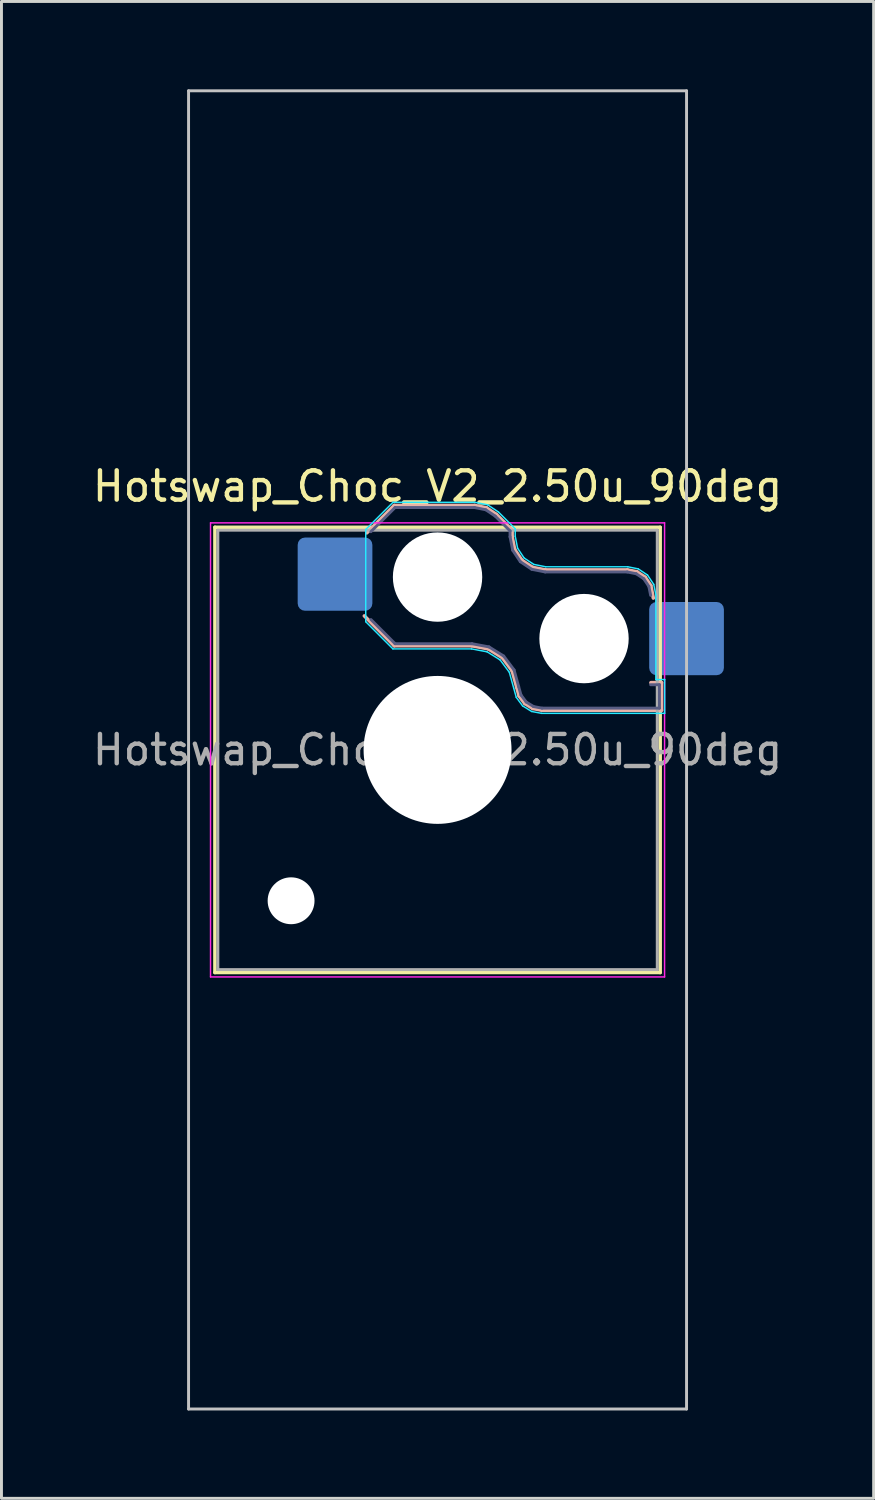
<source format=kicad_pcb>
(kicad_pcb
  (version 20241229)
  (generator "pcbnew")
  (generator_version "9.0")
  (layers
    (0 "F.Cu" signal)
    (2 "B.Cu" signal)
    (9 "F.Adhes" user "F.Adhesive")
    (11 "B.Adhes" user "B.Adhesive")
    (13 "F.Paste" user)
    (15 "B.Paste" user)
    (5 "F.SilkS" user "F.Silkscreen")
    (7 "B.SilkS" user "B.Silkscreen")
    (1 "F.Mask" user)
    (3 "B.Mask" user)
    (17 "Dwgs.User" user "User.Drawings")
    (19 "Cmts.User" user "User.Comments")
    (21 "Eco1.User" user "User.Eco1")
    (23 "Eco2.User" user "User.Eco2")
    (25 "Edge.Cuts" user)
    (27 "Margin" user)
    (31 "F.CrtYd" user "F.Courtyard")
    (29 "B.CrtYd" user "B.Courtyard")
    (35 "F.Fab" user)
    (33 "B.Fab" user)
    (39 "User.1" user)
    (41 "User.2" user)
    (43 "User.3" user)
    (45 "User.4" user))
  (footprint "Hotswap_Choc_V2_2.50u_90deg"
    (layer "F.Cu")
    (at 11.887 22.55)
    (property "Reference" "Hotswap_Choc_V2_2.50u_90deg" (at 0 -9 0) (layer "F.SilkS") (effects (font (size 1 1) (thickness 0.15))))
    (attr smd)
    (fp_line (start -7.6 -7.6) (end -7.6 7.6) (stroke (width 0.12) (type solid)) (layer "F.SilkS"))
    (fp_line (start -7.6 7.6) (end 7.6 7.6) (stroke (width 0.12) (type solid)) (layer "F.SilkS"))
    (fp_line (start 7.6 -7.6) (end -7.6 -7.6) (stroke (width 0.12) (type solid)) (layer "F.SilkS"))
    (fp_line (start 7.6 7.6) (end 7.6 -7.6) (stroke (width 0.12) (type solid)) (layer "F.SilkS"))
    (fp_line (start -2.416 -7.409) (end -1.479 -8.346) (stroke (width 0.12) (type solid)) (layer "B.SilkS"))
    (fp_line (start -1.479 -8.346) (end 1.268 -8.346) (stroke (width 0.12) (type solid)) (layer "B.SilkS"))
    (fp_line (start -1.479 -3.554) (end -2.5 -4.575) (stroke (width 0.12) (type solid)) (layer "B.SilkS"))
    (fp_line (start 1.168 -3.554) (end -1.479 -3.554) (stroke (width 0.12) (type solid)) (layer "B.SilkS"))
    (fp_line (start 1.268 -8.346) (end 1.671 -8.266) (stroke (width 0.12) (type solid)) (layer "B.SilkS"))
    (fp_line (start 1.671 -8.266) (end 2.013 -8.037) (stroke (width 0.12) (type solid)) (layer "B.SilkS"))
    (fp_line (start 1.73 -3.449) (end 1.168 -3.554) (stroke (width 0.12) (type solid)) (layer "B.SilkS"))
    (fp_line (start 2.013 -8.037) (end 2.546 -7.504) (stroke (width 0.12) (type solid)) (layer "B.SilkS"))
    (fp_line (start 2.209 -3.15) (end 1.73 -3.449) (stroke (width 0.12) (type solid)) (layer "B.SilkS"))
    (fp_line (start 2.546 -7.504) (end 2.546 -7.282) (stroke (width 0.12) (type solid)) (layer "B.SilkS"))
    (fp_line (start 2.546 -7.282) (end 2.633 -6.844) (stroke (width 0.12) (type solid)) (layer "B.SilkS"))
    (fp_line (start 2.547 -2.697) (end 2.209 -3.15) (stroke (width 0.12) (type solid)) (layer "B.SilkS"))
    (fp_line (start 2.633 -6.844) (end 2.877 -6.477) (stroke (width 0.12) (type solid)) (layer "B.SilkS"))
    (fp_line (start 2.701 -2.139) (end 2.547 -2.697) (stroke (width 0.12) (type solid)) (layer "B.SilkS"))
    (fp_line (start 2.783 -1.841) (end 2.701 -2.139) (stroke (width 0.12) (type solid)) (layer "B.SilkS"))
    (fp_line (start 2.877 -6.477) (end 3.244 -6.233) (stroke (width 0.12) (type solid)) (layer "B.SilkS"))
    (fp_line (start 2.976 -1.583) (end 2.783 -1.841) (stroke (width 0.12) (type solid)) (layer "B.SilkS"))
    (fp_line (start 3.244 -6.233) (end 3.682 -6.146) (stroke (width 0.12) (type solid)) (layer "B.SilkS"))
    (fp_line (start 3.25 -1.413) (end 2.976 -1.583) (stroke (width 0.12) (type solid)) (layer "B.SilkS"))
    (fp_line (start 3.56 -1.354) (end 3.25 -1.413) (stroke (width 0.12) (type solid)) (layer "B.SilkS"))
    (fp_line (start 3.682 -6.146) (end 6.482 -6.146) (stroke (width 0.12) (type solid)) (layer "B.SilkS"))
    (fp_line (start 6.482 -6.146) (end 6.809 -6.081) (stroke (width 0.12) (type solid)) (layer "B.SilkS"))
    (fp_line (start 6.809 -6.081) (end 7.092 -5.892) (stroke (width 0.12) (type solid)) (layer "B.SilkS"))
    (fp_line (start 7.092 -5.892) (end 7.281 -5.609) (stroke (width 0.12) (type solid)) (layer "B.SilkS"))
    (fp_line (start 7.281 -5.609) (end 7.366 -5.182) (stroke (width 0.12) (type solid)) (layer "B.SilkS"))
    (fp_line (start 7.283 -2.296) (end 7.646 -2.296) (stroke (width 0.12) (type solid)) (layer "B.SilkS"))
    (fp_line (start 7.646 -2.296) (end 7.646 -1.354) (stroke (width 0.12) (type solid)) (layer "B.SilkS"))
    (fp_line (start 7.646 -1.354) (end 3.56 -1.354) (stroke (width 0.12) (type solid)) (layer "B.SilkS"))
    (fp_line (start -8.5 -22.5) (end 8.5 -22.5) (stroke (width 0.1) (type solid)) (layer "Dwgs.User"))
    (fp_line (start -8.5 22.5) (end -8.5 -22.5) (stroke (width 0.1) (type solid)) (layer "Dwgs.User"))
    (fp_line (start 8.5 -22.5) (end 8.5 22.5) (stroke (width 0.1) (type solid)) (layer "Dwgs.User"))
    (fp_line (start 8.5 22.5) (end -8.5 22.5) (stroke (width 0.1) (type solid)) (layer "Dwgs.User"))
    (fp_line (start -7.25 -7.25) (end -7.25 7.25) (stroke (width 0.1) (type solid)) (layer "Eco1.User"))
    (fp_line (start -7.25 7.25) (end 7.25 7.25) (stroke (width 0.1) (type solid)) (layer "Eco1.User"))
    (fp_line (start 7.25 -7.25) (end -7.25 -7.25) (stroke (width 0.1) (type solid)) (layer "Eco1.User"))
    (fp_line (start 7.25 7.25) (end 7.25 -7.25) (stroke (width 0.1) (type solid)) (layer "Eco1.User"))
    (fp_line (start -2.452 -7.523) (end -1.523 -8.452) (stroke (width 0.05) (type solid)) (layer "B.CrtYd"))
    (fp_line (start -2.452 -4.377) (end -2.452 -7.523) (stroke (width 0.05) (type solid)) (layer "B.CrtYd"))
    (fp_line (start -1.523 -8.452) (end 1.278 -8.452) (stroke (width 0.05) (type solid)) (layer "B.CrtYd"))
    (fp_line (start -1.523 -3.448) (end -2.452 -4.377) (stroke (width 0.05) (type solid)) (layer "B.CrtYd"))
    (fp_line (start 1.159 -3.448) (end -1.523 -3.448) (stroke (width 0.05) (type solid)) (layer "B.CrtYd"))
    (fp_line (start 1.278 -8.452) (end 1.712 -8.366) (stroke (width 0.05) (type solid)) (layer "B.CrtYd"))
    (fp_line (start 1.691 -3.348) (end 1.159 -3.448) (stroke (width 0.05) (type solid)) (layer "B.CrtYd"))
    (fp_line (start 1.712 -8.366) (end 2.081 -8.119) (stroke (width 0.05) (type solid)) (layer "B.CrtYd"))
    (fp_line (start 2.081 -8.119) (end 2.652 -7.548) (stroke (width 0.05) (type solid)) (layer "B.CrtYd"))
    (fp_line (start 2.136 -3.071) (end 1.691 -3.348) (stroke (width 0.05) (type solid)) (layer "B.CrtYd"))
    (fp_line (start 2.45 -2.65) (end 2.136 -3.071) (stroke (width 0.05) (type solid)) (layer "B.CrtYd"))
    (fp_line (start 2.599 -2.111) (end 2.45 -2.65) (stroke (width 0.05) (type solid)) (layer "B.CrtYd"))
    (fp_line (start 2.652 -7.548) (end 2.652 -7.292) (stroke (width 0.05) (type solid)) (layer "B.CrtYd"))
    (fp_line (start 2.652 -7.292) (end 2.733 -6.885) (stroke (width 0.05) (type solid)) (layer "B.CrtYd"))
    (fp_line (start 2.687 -1.794) (end 2.599 -2.111) (stroke (width 0.05) (type solid)) (layer "B.CrtYd"))
    (fp_line (start 2.733 -6.885) (end 2.953 -6.553) (stroke (width 0.05) (type solid)) (layer "B.CrtYd"))
    (fp_line (start 2.903 -1.503) (end 2.687 -1.794) (stroke (width 0.05) (type solid)) (layer "B.CrtYd"))
    (fp_line (start 2.953 -6.553) (end 3.285 -6.333) (stroke (width 0.05) (type solid)) (layer "B.CrtYd"))
    (fp_line (start 3.211 -1.312) (end 2.903 -1.503) (stroke (width 0.05) (type solid)) (layer "B.CrtYd"))
    (fp_line (start 3.285 -6.333) (end 3.692 -6.252) (stroke (width 0.05) (type solid)) (layer "B.CrtYd"))
    (fp_line (start 3.55 -1.248) (end 3.211 -1.312) (stroke (width 0.05) (type solid)) (layer "B.CrtYd"))
    (fp_line (start 3.692 -6.252) (end 6.492 -6.252) (stroke (width 0.05) (type solid)) (layer "B.CrtYd"))
    (fp_line (start 6.492 -6.252) (end 6.85 -6.181) (stroke (width 0.05) (type solid)) (layer "B.CrtYd"))
    (fp_line (start 6.85 -6.181) (end 7.168 -5.968) (stroke (width 0.05) (type solid)) (layer "B.CrtYd"))
    (fp_line (start 7.168 -5.968) (end 7.381 -5.65) (stroke (width 0.05) (type solid)) (layer "B.CrtYd"))
    (fp_line (start 7.381 -5.65) (end 7.452 -5.292) (stroke (width 0.05) (type solid)) (layer "B.CrtYd"))
    (fp_line (start 7.452 -5.292) (end 7.452 -2.402) (stroke (width 0.05) (type solid)) (layer "B.CrtYd"))
    (fp_line (start 7.452 -2.402) (end 7.752 -2.402) (stroke (width 0.05) (type solid)) (layer "B.CrtYd"))
    (fp_line (start 7.752 -2.402) (end 7.752 -1.248) (stroke (width 0.05) (type solid)) (layer "B.CrtYd"))
    (fp_line (start 7.752 -1.248) (end 3.55 -1.248) (stroke (width 0.05) (type solid)) (layer "B.CrtYd"))
    (fp_line (start -7.75 -7.75) (end -7.75 7.75) (stroke (width 0.05) (type solid)) (layer "F.CrtYd"))
    (fp_line (start -7.75 7.75) (end 7.75 7.75) (stroke (width 0.05) (type solid)) (layer "F.CrtYd"))
    (fp_line (start 7.75 -7.75) (end -7.75 -7.75) (stroke (width 0.05) (type solid)) (layer "F.CrtYd"))
    (fp_line (start 7.75 7.75) (end 7.75 -7.75) (stroke (width 0.05) (type solid)) (layer "F.CrtYd"))
    (fp_line (start -2.275 -7.45) (end -1.45 -8.275) (stroke (width 0.1) (type solid)) (layer "B.Fab"))
    (fp_line (start -1.45 -8.275) (end 1.261 -8.275) (stroke (width 0.1) (type solid)) (layer "B.Fab"))
    (fp_line (start -1.45 -3.625) (end -2.275 -4.45) (stroke (width 0.1) (type solid)) (layer "B.Fab"))
    (fp_line (start 1.175 -3.625) (end -1.45 -3.625) (stroke (width 0.1) (type solid)) (layer "B.Fab"))
    (fp_line (start 1.261 -8.275) (end 1.643 -8.199) (stroke (width 0.1) (type solid)) (layer "B.Fab"))
    (fp_line (start 1.643 -8.199) (end 1.968 -7.982) (stroke (width 0.1) (type solid)) (layer "B.Fab"))
    (fp_line (start 1.756 -3.516) (end 1.175 -3.625) (stroke (width 0.1) (type solid)) (layer "B.Fab"))
    (fp_line (start 1.968 -7.982) (end 2.475 -7.475) (stroke (width 0.1) (type solid)) (layer "B.Fab"))
    (fp_line (start 2.258 -3.203) (end 1.756 -3.516) (stroke (width 0.1) (type solid)) (layer "B.Fab"))
    (fp_line (start 2.475 -7.475) (end 2.475 -7.275) (stroke (width 0.1) (type solid)) (layer "B.Fab"))
    (fp_line (start 2.475 -7.275) (end 2.566 -6.816) (stroke (width 0.1) (type solid)) (layer "B.Fab"))
    (fp_line (start 2.566 -6.816) (end 2.826 -6.426) (stroke (width 0.1) (type solid)) (layer "B.Fab"))
    (fp_line (start 2.612 -2.729) (end 2.258 -3.203) (stroke (width 0.1) (type solid)) (layer "B.Fab"))
    (fp_line (start 2.769 -2.158) (end 2.612 -2.729) (stroke (width 0.1) (type solid)) (layer "B.Fab"))
    (fp_line (start 2.826 -6.426) (end 3.216 -6.166) (stroke (width 0.1) (type solid)) (layer "B.Fab"))
    (fp_line (start 2.848 -1.873) (end 2.769 -2.158) (stroke (width 0.1) (type solid)) (layer "B.Fab"))
    (fp_line (start 3.025 -1.636) (end 2.848 -1.873) (stroke (width 0.1) (type solid)) (layer "B.Fab"))
    (fp_line (start 3.216 -6.166) (end 3.675 -6.075) (stroke (width 0.1) (type solid)) (layer "B.Fab"))
    (fp_line (start 3.276 -1.48) (end 3.025 -1.636) (stroke (width 0.1) (type solid)) (layer "B.Fab"))
    (fp_line (start 3.567 -1.425) (end 3.276 -1.48) (stroke (width 0.1) (type solid)) (layer "B.Fab"))
    (fp_line (start 3.675 -6.075) (end 6.475 -6.075) (stroke (width 0.1) (type solid)) (layer "B.Fab"))
    (fp_line (start 6.475 -6.075) (end 6.781 -6.014) (stroke (width 0.1) (type solid)) (layer "B.Fab"))
    (fp_line (start 6.781 -6.014) (end 7.041 -5.841) (stroke (width 0.1) (type solid)) (layer "B.Fab"))
    (fp_line (start 7.041 -5.841) (end 7.214 -5.581) (stroke (width 0.1) (type solid)) (layer "B.Fab"))
    (fp_line (start 7.214 -5.581) (end 7.275 -5.275) (stroke (width 0.1) (type solid)) (layer "B.Fab"))
    (fp_line (start 7.275 -2.225) (end 7.575 -2.225) (stroke (width 0.1) (type solid)) (layer "B.Fab"))
    (fp_line (start 7.575 -2.225) (end 7.575 -1.425) (stroke (width 0.1) (type solid)) (layer "B.Fab"))
    (fp_line (start 7.575 -1.425) (end 3.567 -1.425) (stroke (width 0.1) (type solid)) (layer "B.Fab"))
    (fp_line (start -7.5 -7.5) (end -7.5 7.5) (stroke (width 0.1) (type solid)) (layer "F.Fab"))
    (fp_line (start -7.5 7.5) (end 7.5 7.5) (stroke (width 0.1) (type solid)) (layer "F.Fab"))
    (fp_line (start 7.5 -7.5) (end -7.5 -7.5) (stroke (width 0.1) (type solid)) (layer "F.Fab"))
    (fp_line (start 7.5 7.5) (end 7.5 -7.5) (stroke (width 0.1) (type solid)) (layer "F.Fab"))
    (fp_text user "${REFERENCE}" (at 0 0 0) (layer "F.Fab") (effects (font (size 1 1) (thickness 0.15))))
    (pad "" np_thru_hole circle (at -5 5.15) (size 1.6 1.6) (drill 1.6) (layers "*.Cu" "*.Mask"))
    (pad "" np_thru_hole circle (at 0 -5.9) (size 3.05 3.05) (drill 3.05) (layers "*.Cu" "*.Mask"))
    (pad "" np_thru_hole circle (at 0 0) (size 5.05 5.05) (drill 5.05) (layers "*.Cu" "*.Mask"))
    (pad "" np_thru_hole circle (at 5 -3.8) (size 3.05 3.05) (drill 3.05) (layers "*.Cu" "*.Mask"))
    (pad "1" smd roundrect (at -3.5 -6) (size 2.55 2.5) (layers "B.Cu" "B.Mask" "B.Paste") (roundrect_rratio 0.1))
    (pad "2" smd roundrect (at 8.5 -3.8) (size 2.55 2.5) (layers "B.Cu" "B.Mask" "B.Paste") (roundrect_rratio 0.1)))
  (gr_rect
    (start -3 -3)
    (end 26.774 48.1)
    (stroke (width 0.1) (type default))
    (fill no)
    (layer "Edge.Cuts")))
</source>
